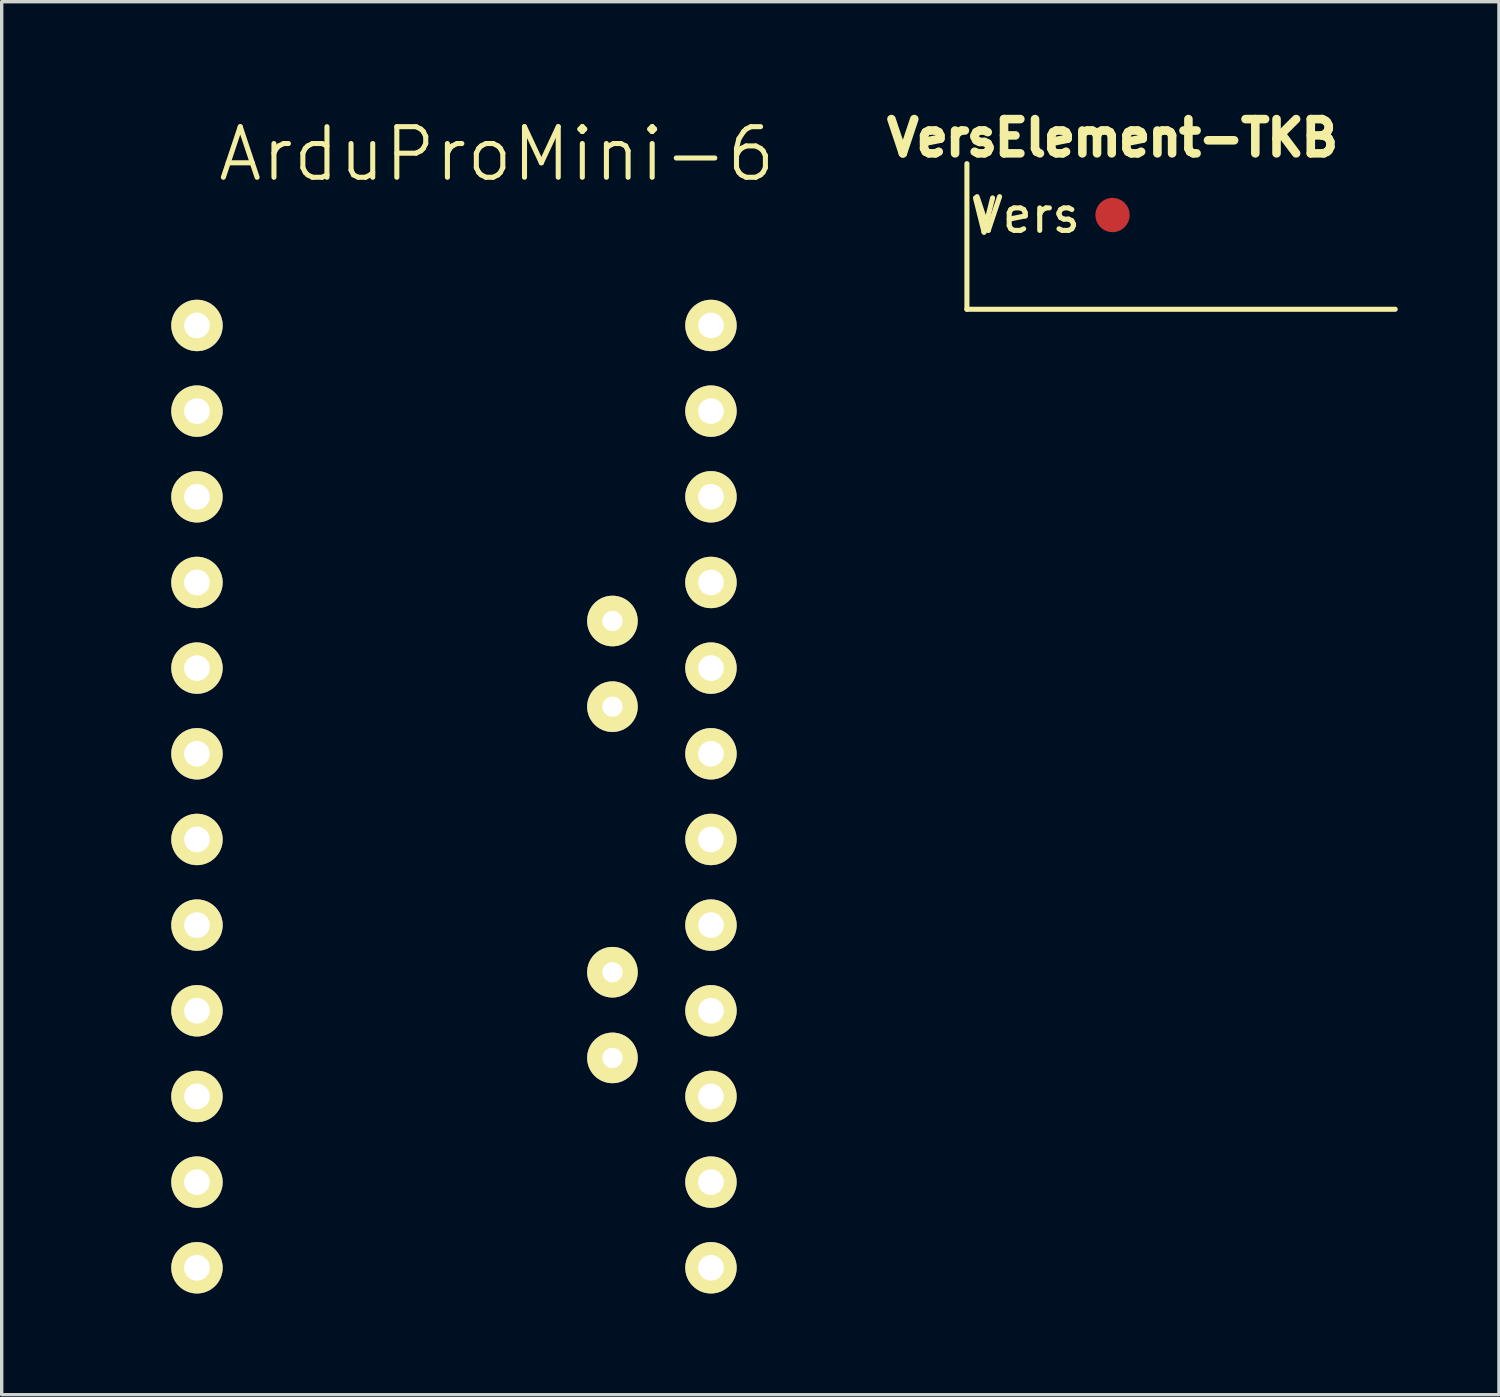
<source format=kicad_pcb>
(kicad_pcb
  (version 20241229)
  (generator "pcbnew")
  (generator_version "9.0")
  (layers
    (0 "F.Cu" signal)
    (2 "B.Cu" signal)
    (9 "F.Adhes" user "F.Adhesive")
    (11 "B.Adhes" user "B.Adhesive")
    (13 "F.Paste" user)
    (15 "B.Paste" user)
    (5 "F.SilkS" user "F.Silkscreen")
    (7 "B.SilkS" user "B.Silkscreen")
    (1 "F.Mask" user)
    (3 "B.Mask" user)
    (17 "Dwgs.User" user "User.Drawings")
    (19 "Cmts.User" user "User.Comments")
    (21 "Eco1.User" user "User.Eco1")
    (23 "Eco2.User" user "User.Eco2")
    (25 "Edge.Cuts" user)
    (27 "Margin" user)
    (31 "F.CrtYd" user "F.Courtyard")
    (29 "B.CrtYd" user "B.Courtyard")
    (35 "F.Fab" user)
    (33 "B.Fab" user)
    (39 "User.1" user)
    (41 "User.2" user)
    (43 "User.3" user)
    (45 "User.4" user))
  (footprint "VersElement-TKB"
    (layer "F.Cu")
    (at 29.937 3.326)
    (property "Reference" "VersElement-TKB" (at 0 -2.286 0) (layer "F.SilkS") (effects (font (size 1.016 1.016) (thickness 0.254))))
    (attr through_hole)
    (fp_line (start -4.318 -1.524) (end -4.318 2.794) (stroke (width 0.15) (type solid)) (layer "F.SilkS"))
    (fp_line (start -4.318 2.794) (end 8.382 2.794) (stroke (width 0.15) (type solid)) (layer "F.SilkS"))
    (fp_line (start -4.064 -0.508) (end -3.81 0.508) (stroke (width 0.15) (type solid)) (layer "F.SilkS"))
    (fp_line (start -3.81 0.508) (end -3.556 -0.508) (stroke (width 0.15) (type solid)) (layer "F.SilkS"))
    (fp_text user "Vers" (at -2.54 0 0) (layer "F.SilkS") (effects (font (size 1 1) (thickness 0.15))))
    (pad "1" smd circle (at 0 0) (size 1.016 1.016) (layers "F.Cu" "F.Mask" "F.Paste")))
  (footprint "ArduProMini-6"
    (layer "F.Cu")
    (at 0.25 0.25)
    (property "Reference" "ArduProMini-6" (at 11.43 1.27 0) (layer "F.SilkS") (effects (font (size 1.5 1.5) (thickness 0.15))))
    (attr through_hole)
    (pad "7" thru_hole circle (at 2.54 6.35) (size 1.524 1.524) (drill 0.762) (layers "*.Cu" "*.Mask" "F.SilkS"))
    (pad "8" thru_hole circle (at 2.54 8.89) (size 1.524 1.524) (drill 0.762) (layers "*.Cu" "*.Mask" "F.SilkS"))
    (pad "9" thru_hole circle (at 2.54 11.43) (size 1.524 1.524) (drill 0.762) (layers "*.Cu" "*.Mask" "F.SilkS"))
    (pad "10" thru_hole circle (at 2.54 13.97) (size 1.524 1.524) (drill 0.762) (layers "*.Cu" "*.Mask" "F.SilkS"))
    (pad "11" thru_hole circle (at 2.54 16.51) (size 1.524 1.524) (drill 0.762) (layers "*.Cu" "*.Mask" "F.SilkS"))
    (pad "12" thru_hole circle (at 2.54 19.05) (size 1.524 1.524) (drill 0.762) (layers "*.Cu" "*.Mask" "F.SilkS"))
    (pad "13" thru_hole circle (at 2.54 21.59) (size 1.524 1.524) (drill 0.762) (layers "*.Cu" "*.Mask" "F.SilkS"))
    (pad "14" thru_hole circle (at 2.54 24.13) (size 1.524 1.524) (drill 0.762) (layers "*.Cu" "*.Mask" "F.SilkS"))
    (pad "15" thru_hole circle (at 2.54 26.67) (size 1.524 1.524) (drill 0.762) (layers "*.Cu" "*.Mask" "F.SilkS"))
    (pad "16" thru_hole circle (at 2.54 29.21) (size 1.524 1.524) (drill 0.762) (layers "*.Cu" "*.Mask" "F.SilkS"))
    (pad "17" thru_hole circle (at 2.54 31.75) (size 1.524 1.524) (drill 0.762) (layers "*.Cu" "*.Mask" "F.SilkS"))
    (pad "18" thru_hole circle (at 2.54 34.29) (size 1.524 1.524) (drill 0.762) (layers "*.Cu" "*.Mask" "F.SilkS"))
    (pad "19" thru_hole circle (at 17.78 6.35) (size 1.524 1.524) (drill 0.762) (layers "*.Cu" "*.Mask" "F.SilkS"))
    (pad "20" thru_hole circle (at 17.78 8.89) (size 1.524 1.524) (drill 0.762) (layers "*.Cu" "*.Mask" "F.SilkS"))
    (pad "21" thru_hole circle (at 17.78 11.43) (size 1.524 1.524) (drill 0.762) (layers "*.Cu" "*.Mask" "F.SilkS"))
    (pad "22" thru_hole circle (at 17.78 13.97) (size 1.524 1.524) (drill 0.762) (layers "*.Cu" "*.Mask" "F.SilkS"))
    (pad "23" thru_hole circle (at 17.78 16.51) (size 1.524 1.524) (drill 0.762) (layers "*.Cu" "*.Mask" "F.SilkS"))
    (pad "24" thru_hole circle (at 17.78 19.05) (size 1.524 1.524) (drill 0.762) (layers "*.Cu" "*.Mask" "F.SilkS"))
    (pad "25" thru_hole circle (at 17.78 21.59) (size 1.524 1.524) (drill 0.762) (layers "*.Cu" "*.Mask" "F.SilkS"))
    (pad "26" thru_hole circle (at 17.78 24.13) (size 1.524 1.524) (drill 0.762) (layers "*.Cu" "*.Mask" "F.SilkS"))
    (pad "27" thru_hole circle (at 17.78 26.67) (size 1.524 1.524) (drill 0.762) (layers "*.Cu" "*.Mask" "F.SilkS"))
    (pad "28" thru_hole circle (at 17.78 29.21) (size 1.524 1.524) (drill 0.762) (layers "*.Cu" "*.Mask" "F.SilkS"))
    (pad "29" thru_hole circle (at 17.78 31.75) (size 1.524 1.524) (drill 0.762) (layers "*.Cu" "*.Mask" "F.SilkS"))
    (pad "30" thru_hole circle (at 17.78 34.29) (size 1.524 1.524) (drill 0.762) (layers "*.Cu" "*.Mask" "F.SilkS"))
    (pad "31" thru_hole circle (at 14.859 15.113) (size 1.5 1.5) (drill 0.6) (layers "*.Cu" "*.Mask" "F.SilkS"))
    (pad "32" thru_hole circle (at 14.859 17.653) (size 1.5 1.5) (drill 0.6) (layers "*.Cu" "*.Mask" "F.SilkS"))
    (pad "34" thru_hole circle (at 14.859 25.527) (size 1.5 1.5) (drill 0.6) (layers "*.Cu" "*.Mask" "F.SilkS"))
    (pad "35" thru_hole circle (at 14.859 28.067) (size 1.5 1.5) (drill 0.6) (layers "*.Cu" "*.Mask" "F.SilkS")))
  (gr_rect
    (start -3 -3)
    (end 41.394 38.302)
    (stroke (width 0.1) (type default))
    (fill no)
    (layer "Edge.Cuts")))
</source>
